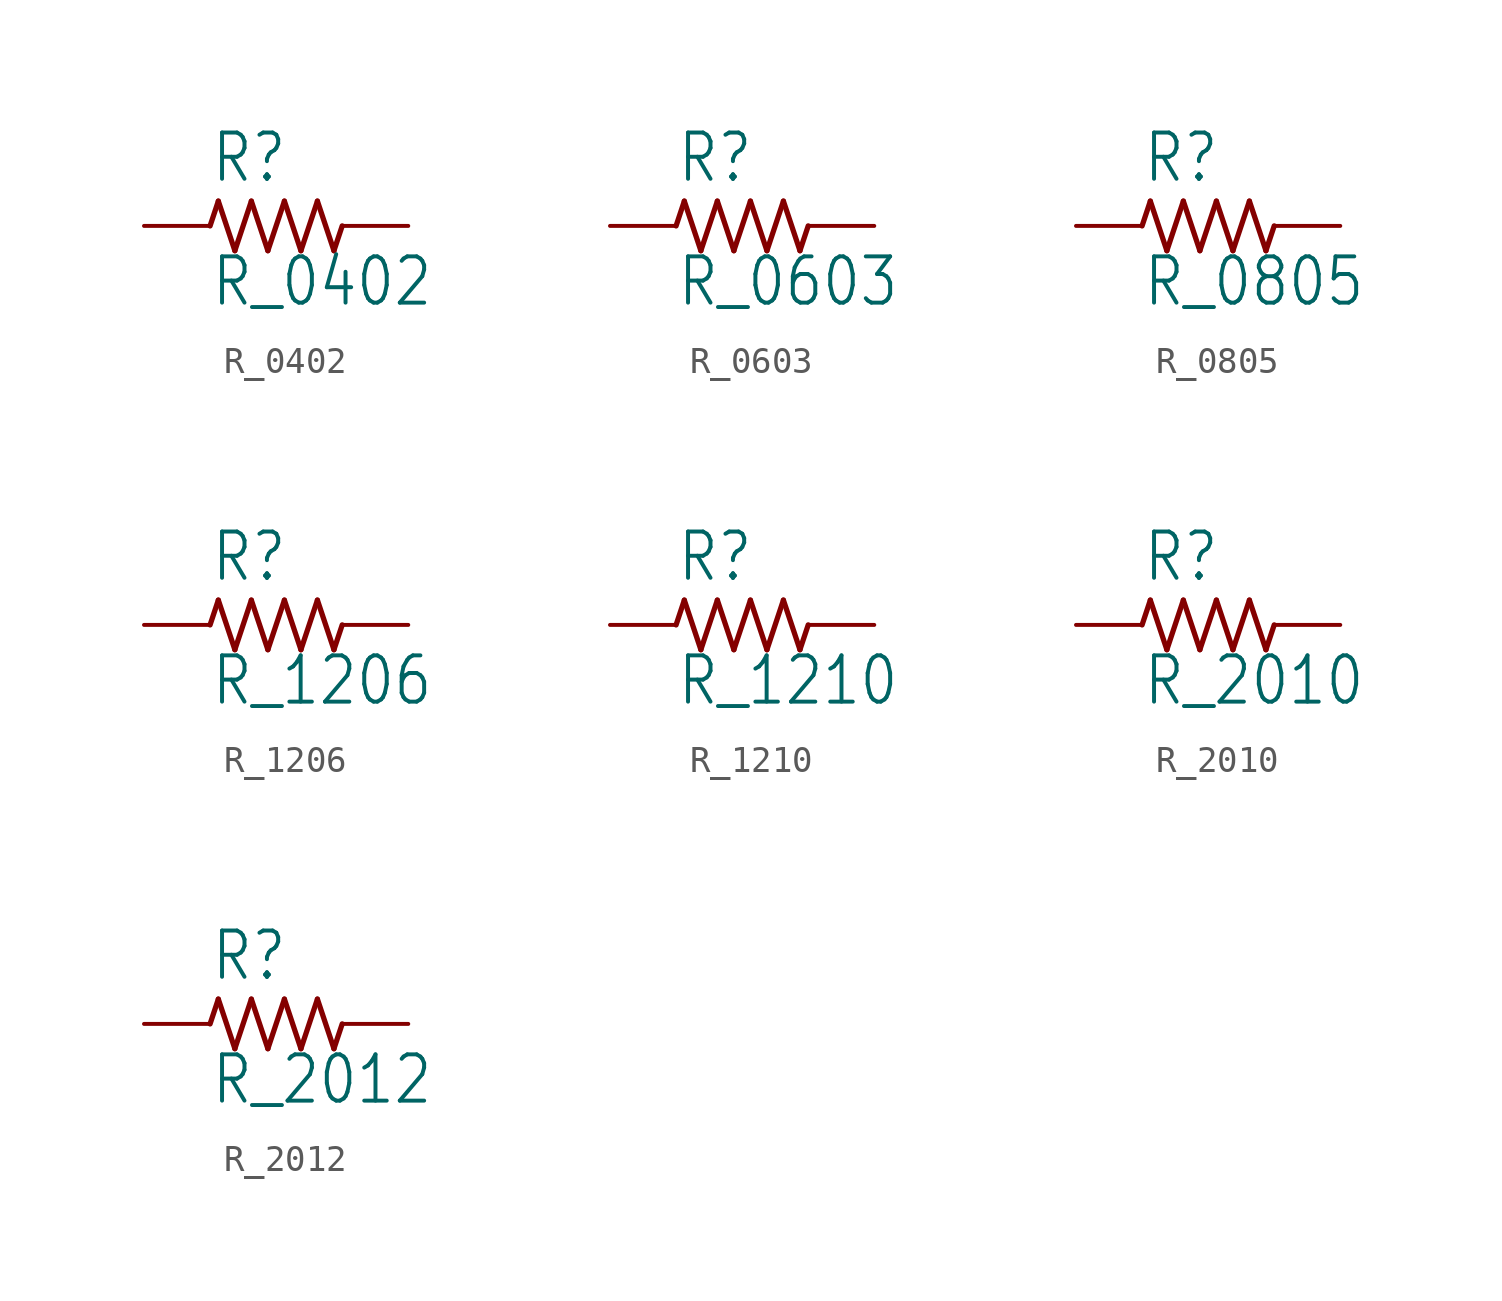
<source format=kicad_sym>
(kicad_symbol_lib
  (version 20220331)
  (generator kicad_symbol_editor)
  (symbol "R_0402"
    (property "Reference" "R"
      (at -2.54 1.587 0)
      (effects (font (size 1.778 1.511)) (justify left bottom)))
    (property "Value" "R_0402"
      (at -2.54 -3.175 0)
      (effects (font (size 1.778 1.511)) (justify left bottom)))
    (property "ki_locked" ""
      (at 0 0 0)
      (effects (font (size 1.27 1.27))))
    (symbol "R_0402_1_0"
      (polyline (pts (xy -2.54 0) (xy -2.223 0.953)) (stroke (width 0.203) (type solid)) (fill (type none)))
      (polyline (pts (xy -2.223 0.953) (xy -1.587 -0.953)) (stroke (width 0.203) (type solid)) (fill (type none)))
      (polyline (pts (xy -1.587 -0.953) (xy -0.953 0.953)) (stroke (width 0.203) (type solid)) (fill (type none)))
      (polyline (pts (xy -0.953 0.953) (xy -0.318 -0.953)) (stroke (width 0.203) (type solid)) (fill (type none)))
      (polyline (pts (xy -0.318 -0.953) (xy 0.318 0.953)) (stroke (width 0.203) (type solid)) (fill (type none)))
      (polyline (pts (xy 0.318 0.953) (xy 0.953 -0.953)) (stroke (width 0.203) (type solid)) (fill (type none)))
      (polyline (pts (xy 0.953 -0.953) (xy 1.587 0.953)) (stroke (width 0.203) (type solid)) (fill (type none)))
      (polyline (pts (xy 1.587 0.953) (xy 2.223 -0.953)) (stroke (width 0.203) (type solid)) (fill (type none)))
      (polyline (pts (xy 2.223 -0.953) (xy 2.54 0)) (stroke (width 0.203) (type solid)) (fill (type none)))
      (pin passive line (at -5.08 0 0) (length 2.54) (name "1" (effects (font (size 0 0)))) (number "1" (effects (font (size 0 0)))))
      (pin passive line (at 5.08 0 180) (length 2.54) (name "2" (effects (font (size 0 0)))) (number "2" (effects (font (size 0 0)))))))
  (symbol "R_0603"
    (property "Reference" "R"
      (at -2.54 1.587 0)
      (effects (font (size 1.778 1.511)) (justify left bottom)))
    (property "Value" "R_0603"
      (at -2.54 -3.175 0)
      (effects (font (size 1.778 1.511)) (justify left bottom)))
    (property "ki_locked" ""
      (at 0 0 0)
      (effects (font (size 1.27 1.27))))
    (symbol "R_0603_1_0"
      (polyline (pts (xy -2.54 0) (xy -2.223 0.953)) (stroke (width 0.203) (type solid)) (fill (type none)))
      (polyline (pts (xy -2.223 0.953) (xy -1.587 -0.953)) (stroke (width 0.203) (type solid)) (fill (type none)))
      (polyline (pts (xy -1.587 -0.953) (xy -0.953 0.953)) (stroke (width 0.203) (type solid)) (fill (type none)))
      (polyline (pts (xy -0.953 0.953) (xy -0.318 -0.953)) (stroke (width 0.203) (type solid)) (fill (type none)))
      (polyline (pts (xy -0.318 -0.953) (xy 0.318 0.953)) (stroke (width 0.203) (type solid)) (fill (type none)))
      (polyline (pts (xy 0.318 0.953) (xy 0.953 -0.953)) (stroke (width 0.203) (type solid)) (fill (type none)))
      (polyline (pts (xy 0.953 -0.953) (xy 1.587 0.953)) (stroke (width 0.203) (type solid)) (fill (type none)))
      (polyline (pts (xy 1.587 0.953) (xy 2.223 -0.953)) (stroke (width 0.203) (type solid)) (fill (type none)))
      (polyline (pts (xy 2.223 -0.953) (xy 2.54 0)) (stroke (width 0.203) (type solid)) (fill (type none)))
      (pin passive line (at -5.08 0 0) (length 2.54) (name "1" (effects (font (size 0 0)))) (number "1" (effects (font (size 0 0)))))
      (pin passive line (at 5.08 0 180) (length 2.54) (name "2" (effects (font (size 0 0)))) (number "2" (effects (font (size 0 0)))))))
  (symbol "R_0805"
    (property "Reference" "R"
      (at -2.54 1.587 0)
      (effects (font (size 1.778 1.511)) (justify left bottom)))
    (property "Value" "R_0805"
      (at -2.54 -3.175 0)
      (effects (font (size 1.778 1.511)) (justify left bottom)))
    (property "ki_locked" ""
      (at 0 0 0)
      (effects (font (size 1.27 1.27))))
    (symbol "R_0805_1_0"
      (polyline (pts (xy -2.54 0) (xy -2.223 0.953)) (stroke (width 0.203) (type solid)) (fill (type none)))
      (polyline (pts (xy -2.223 0.953) (xy -1.587 -0.953)) (stroke (width 0.203) (type solid)) (fill (type none)))
      (polyline (pts (xy -1.587 -0.953) (xy -0.953 0.953)) (stroke (width 0.203) (type solid)) (fill (type none)))
      (polyline (pts (xy -0.953 0.953) (xy -0.318 -0.953)) (stroke (width 0.203) (type solid)) (fill (type none)))
      (polyline (pts (xy -0.318 -0.953) (xy 0.318 0.953)) (stroke (width 0.203) (type solid)) (fill (type none)))
      (polyline (pts (xy 0.318 0.953) (xy 0.953 -0.953)) (stroke (width 0.203) (type solid)) (fill (type none)))
      (polyline (pts (xy 0.953 -0.953) (xy 1.587 0.953)) (stroke (width 0.203) (type solid)) (fill (type none)))
      (polyline (pts (xy 1.587 0.953) (xy 2.223 -0.953)) (stroke (width 0.203) (type solid)) (fill (type none)))
      (polyline (pts (xy 2.223 -0.953) (xy 2.54 0)) (stroke (width 0.203) (type solid)) (fill (type none)))
      (pin passive line (at -5.08 0 0) (length 2.54) (name "1" (effects (font (size 0 0)))) (number "1" (effects (font (size 0 0)))))
      (pin passive line (at 5.08 0 180) (length 2.54) (name "2" (effects (font (size 0 0)))) (number "2" (effects (font (size 0 0)))))))
  (symbol "R_1206"
    (property "Reference" "R"
      (at -2.54 1.587 0)
      (effects (font (size 1.778 1.511)) (justify left bottom)))
    (property "Value" "R_1206"
      (at -2.54 -3.175 0)
      (effects (font (size 1.778 1.511)) (justify left bottom)))
    (property "ki_locked" ""
      (at 0 0 0)
      (effects (font (size 1.27 1.27))))
    (symbol "R_1206_1_0"
      (polyline (pts (xy -2.54 0) (xy -2.223 0.953)) (stroke (width 0.203) (type solid)) (fill (type none)))
      (polyline (pts (xy -2.223 0.953) (xy -1.587 -0.953)) (stroke (width 0.203) (type solid)) (fill (type none)))
      (polyline (pts (xy -1.587 -0.953) (xy -0.953 0.953)) (stroke (width 0.203) (type solid)) (fill (type none)))
      (polyline (pts (xy -0.953 0.953) (xy -0.318 -0.953)) (stroke (width 0.203) (type solid)) (fill (type none)))
      (polyline (pts (xy -0.318 -0.953) (xy 0.318 0.953)) (stroke (width 0.203) (type solid)) (fill (type none)))
      (polyline (pts (xy 0.318 0.953) (xy 0.953 -0.953)) (stroke (width 0.203) (type solid)) (fill (type none)))
      (polyline (pts (xy 0.953 -0.953) (xy 1.587 0.953)) (stroke (width 0.203) (type solid)) (fill (type none)))
      (polyline (pts (xy 1.587 0.953) (xy 2.223 -0.953)) (stroke (width 0.203) (type solid)) (fill (type none)))
      (polyline (pts (xy 2.223 -0.953) (xy 2.54 0)) (stroke (width 0.203) (type solid)) (fill (type none)))
      (pin passive line (at -5.08 0 0) (length 2.54) (name "1" (effects (font (size 0 0)))) (number "1" (effects (font (size 0 0)))))
      (pin passive line (at 5.08 0 180) (length 2.54) (name "2" (effects (font (size 0 0)))) (number "2" (effects (font (size 0 0)))))))
  (symbol "R_1210"
    (property "Reference" "R"
      (at -2.54 1.587 0)
      (effects (font (size 1.778 1.511)) (justify left bottom)))
    (property "Value" "R_1210"
      (at -2.54 -3.175 0)
      (effects (font (size 1.778 1.511)) (justify left bottom)))
    (property "ki_locked" ""
      (at 0 0 0)
      (effects (font (size 1.27 1.27))))
    (symbol "R_1210_1_0"
      (polyline (pts (xy -2.54 0) (xy -2.223 0.953)) (stroke (width 0.203) (type solid)) (fill (type none)))
      (polyline (pts (xy -2.223 0.953) (xy -1.587 -0.953)) (stroke (width 0.203) (type solid)) (fill (type none)))
      (polyline (pts (xy -1.587 -0.953) (xy -0.953 0.953)) (stroke (width 0.203) (type solid)) (fill (type none)))
      (polyline (pts (xy -0.953 0.953) (xy -0.318 -0.953)) (stroke (width 0.203) (type solid)) (fill (type none)))
      (polyline (pts (xy -0.318 -0.953) (xy 0.318 0.953)) (stroke (width 0.203) (type solid)) (fill (type none)))
      (polyline (pts (xy 0.318 0.953) (xy 0.953 -0.953)) (stroke (width 0.203) (type solid)) (fill (type none)))
      (polyline (pts (xy 0.953 -0.953) (xy 1.587 0.953)) (stroke (width 0.203) (type solid)) (fill (type none)))
      (polyline (pts (xy 1.587 0.953) (xy 2.223 -0.953)) (stroke (width 0.203) (type solid)) (fill (type none)))
      (polyline (pts (xy 2.223 -0.953) (xy 2.54 0)) (stroke (width 0.203) (type solid)) (fill (type none)))
      (pin passive line (at -5.08 0 0) (length 2.54) (name "1" (effects (font (size 0 0)))) (number "1" (effects (font (size 0 0)))))
      (pin passive line (at 5.08 0 180) (length 2.54) (name "2" (effects (font (size 0 0)))) (number "2" (effects (font (size 0 0)))))))
  (symbol "R_2010"
    (property "Reference" "R"
      (at -2.54 1.587 0)
      (effects (font (size 1.778 1.511)) (justify left bottom)))
    (property "Value" "R_2010"
      (at -2.54 -3.175 0)
      (effects (font (size 1.778 1.511)) (justify left bottom)))
    (property "ki_locked" ""
      (at 0 0 0)
      (effects (font (size 1.27 1.27))))
    (symbol "R_2010_1_0"
      (polyline (pts (xy -2.54 0) (xy -2.223 0.953)) (stroke (width 0.203) (type solid)) (fill (type none)))
      (polyline (pts (xy -2.223 0.953) (xy -1.587 -0.953)) (stroke (width 0.203) (type solid)) (fill (type none)))
      (polyline (pts (xy -1.587 -0.953) (xy -0.953 0.953)) (stroke (width 0.203) (type solid)) (fill (type none)))
      (polyline (pts (xy -0.953 0.953) (xy -0.318 -0.953)) (stroke (width 0.203) (type solid)) (fill (type none)))
      (polyline (pts (xy -0.318 -0.953) (xy 0.318 0.953)) (stroke (width 0.203) (type solid)) (fill (type none)))
      (polyline (pts (xy 0.318 0.953) (xy 0.953 -0.953)) (stroke (width 0.203) (type solid)) (fill (type none)))
      (polyline (pts (xy 0.953 -0.953) (xy 1.587 0.953)) (stroke (width 0.203) (type solid)) (fill (type none)))
      (polyline (pts (xy 1.587 0.953) (xy 2.223 -0.953)) (stroke (width 0.203) (type solid)) (fill (type none)))
      (polyline (pts (xy 2.223 -0.953) (xy 2.54 0)) (stroke (width 0.203) (type solid)) (fill (type none)))
      (pin passive line (at -5.08 0 0) (length 2.54) (name "1" (effects (font (size 0 0)))) (number "1" (effects (font (size 0 0)))))
      (pin passive line (at 5.08 0 180) (length 2.54) (name "2" (effects (font (size 0 0)))) (number "2" (effects (font (size 0 0)))))))
  (symbol "R_2012"
    (property "Reference" "R"
      (at -2.54 1.587 0)
      (effects (font (size 1.778 1.511)) (justify left bottom)))
    (property "Value" "R_2012"
      (at -2.54 -3.175 0)
      (effects (font (size 1.778 1.511)) (justify left bottom)))
    (property "ki_locked" ""
      (at 0 0 0)
      (effects (font (size 1.27 1.27))))
    (symbol "R_2012_1_0"
      (polyline (pts (xy -2.54 0) (xy -2.223 0.953)) (stroke (width 0.203) (type solid)) (fill (type none)))
      (polyline (pts (xy -2.223 0.953) (xy -1.587 -0.953)) (stroke (width 0.203) (type solid)) (fill (type none)))
      (polyline (pts (xy -1.587 -0.953) (xy -0.953 0.953)) (stroke (width 0.203) (type solid)) (fill (type none)))
      (polyline (pts (xy -0.953 0.953) (xy -0.318 -0.953)) (stroke (width 0.203) (type solid)) (fill (type none)))
      (polyline (pts (xy -0.318 -0.953) (xy 0.318 0.953)) (stroke (width 0.203) (type solid)) (fill (type none)))
      (polyline (pts (xy 0.318 0.953) (xy 0.953 -0.953)) (stroke (width 0.203) (type solid)) (fill (type none)))
      (polyline (pts (xy 0.953 -0.953) (xy 1.587 0.953)) (stroke (width 0.203) (type solid)) (fill (type none)))
      (polyline (pts (xy 1.587 0.953) (xy 2.223 -0.953)) (stroke (width 0.203) (type solid)) (fill (type none)))
      (polyline (pts (xy 2.223 -0.953) (xy 2.54 0)) (stroke (width 0.203) (type solid)) (fill (type none)))
      (pin passive line (at -5.08 0 0) (length 2.54) (name "1" (effects (font (size 0 0)))) (number "1" (effects (font (size 0 0)))))
      (pin passive line (at 5.08 0 180) (length 2.54) (name "2" (effects (font (size 0 0)))) (number "2" (effects (font (size 0 0))))))))
</source>
